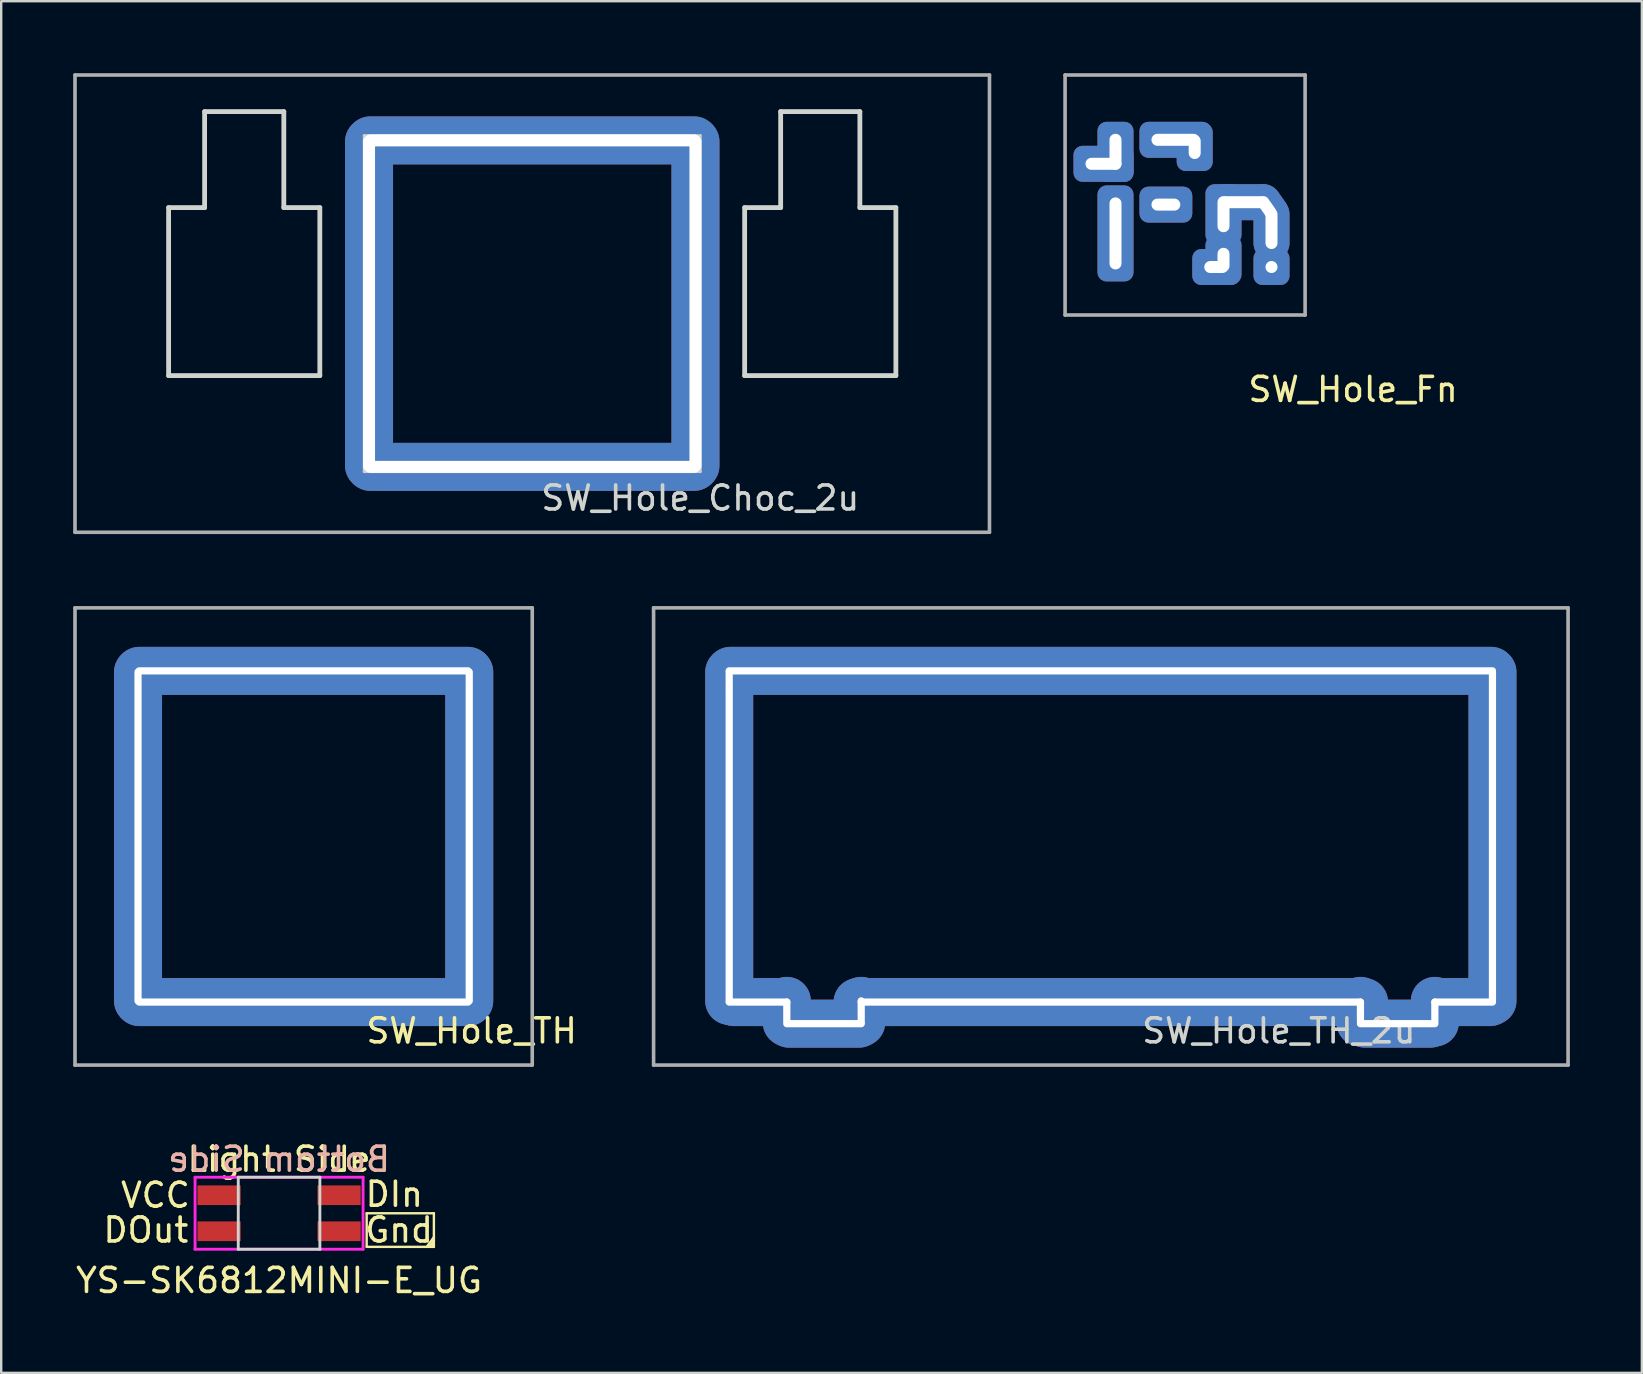
<source format=kicad_pcb>
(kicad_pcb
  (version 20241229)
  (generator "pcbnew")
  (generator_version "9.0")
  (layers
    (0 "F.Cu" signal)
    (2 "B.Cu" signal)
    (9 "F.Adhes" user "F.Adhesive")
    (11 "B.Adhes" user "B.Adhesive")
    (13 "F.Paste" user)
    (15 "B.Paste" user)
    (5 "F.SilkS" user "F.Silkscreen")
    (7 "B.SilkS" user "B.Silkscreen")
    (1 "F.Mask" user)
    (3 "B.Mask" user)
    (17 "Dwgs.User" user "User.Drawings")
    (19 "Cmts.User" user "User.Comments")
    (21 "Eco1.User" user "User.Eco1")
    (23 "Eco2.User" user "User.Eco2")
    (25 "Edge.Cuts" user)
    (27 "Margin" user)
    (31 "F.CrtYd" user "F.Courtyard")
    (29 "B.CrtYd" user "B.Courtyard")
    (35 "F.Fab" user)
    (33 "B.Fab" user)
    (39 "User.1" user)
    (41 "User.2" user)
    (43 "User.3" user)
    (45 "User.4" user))
  (footprint "SW_Hole_TH_2u"
    (layer "F.Cu")
    (at 43.231 31.8)
    (property "Reference" "SW_Hole_TH_2u" (at 7 8.1 0) (layer "Edge.Cuts") (effects (font (size 1 1) (thickness 0.15))))
    (attr through_hole)
    (fp_line (start -19.05 -9.525) (end -19.05 9.525) (stroke (width 0.15) (type solid)) (layer "F.Fab"))
    (fp_line (start -19.05 9.525) (end 19.05 9.525) (stroke (width 0.15) (type solid)) (layer "F.Fab"))
    (fp_line (start 19.05 -9.525) (end -19.05 -9.525) (stroke (width 0.15) (type solid)) (layer "F.Fab"))
    (fp_line (start 19.05 9.525) (end 19.05 -9.525) (stroke (width 0.15) (type solid)) (layer "F.Fab"))
    (pad "1" thru_hole oval (at -15.9 0 180) (size 2 15.7) (drill oval 0.3 14) (layers "*.Cu" "*.Mask"))
    (pad "1" thru_hole oval (at -14.7 6.9 90) (size 2 4) (drill oval 0.3 2.7) (layers "*.Cu" "*.Mask"))
    (pad "1" thru_hole oval (at -13.5 7.3 180) (size 2 2.9) (drill oval 0.3 1.1) (layers "*.Cu" "*.Mask"))
    (pad "1" thru_hole oval (at -11.95 7.8 90) (size 2 4.9) (drill oval 0.3 3.4) (layers "*.Cu" "*.Mask"))
    (pad "1" thru_hole oval (at -10.4 7.3 180) (size 2 2.9) (drill oval 0.3 1.2) (layers "*.Cu" "*.Mask"))
    (pad "1" thru_hole oval (at 0 -6.9 90) (size 2 33.7) (drill oval 0.3 32.1) (layers "*.Cu" "*.Mask"))
    (pad "1" thru_hole oval (at 0 6.9 90) (size 2 23.1) (drill oval 0.3 21.1) (layers "*.Cu" "*.Mask"))
    (pad "1" thru_hole oval (at 10.4 7.3 180) (size 2 2.9) (drill oval 0.3 1.1) (layers "*.Cu" "*.Mask"))
    (pad "1" thru_hole oval (at 11.95 7.8 90) (size 2 4.7) (drill oval 0.3 3.4) (layers "*.Cu" "*.Mask"))
    (pad "1" thru_hole oval (at 13.5 7.3 180) (size 2 2.9) (drill oval 0.3 1.1) (layers "*.Cu" "*.Mask"))
    (pad "1" thru_hole oval (at 14.7 6.9 90) (size 2 4.2) (drill oval 0.3 2.7) (layers "*.Cu" "*.Mask"))
    (pad "1" thru_hole oval (at 15.9 0 180) (size 2 15.7) (drill oval 0.3 14) (layers "*.Cu" "*.Mask")))
  (footprint "YS-SK6812MINI-E_UG"
    (layer "F.Cu")
    (at 8.577 47.498)
    (property "Reference" "YS-SK6812MINI-E_UG" (at 0 2.8 0) (layer "F.SilkS") (effects (font (size 1 1) (thickness 0.15))))
    (attr through_hole)
    (fp_line (start 3.65 0) (end 3.65 1.4) (stroke (width 0.1) (type solid)) (layer "F.SilkS"))
    (fp_line (start 3.65 1.4) (end 6.45 1.4) (stroke (width 0.1) (type solid)) (layer "F.SilkS"))
    (fp_line (start 6.25 1.4) (end 6.45 1.15) (stroke (width 0.1) (type solid)) (layer "F.SilkS"))
    (fp_line (start 6.4 1.4) (end 6.45 1) (stroke (width 0.1) (type solid)) (layer "F.SilkS"))
    (fp_line (start 6.45 0) (end 3.65 0) (stroke (width 0.1) (type solid)) (layer "F.SilkS"))
    (fp_line (start 6.45 1) (end 6.15 1.4) (stroke (width 0.1) (type solid)) (layer "F.SilkS"))
    (fp_line (start 6.45 1.15) (end 6.4 1.4) (stroke (width 0.1) (type solid)) (layer "F.SilkS"))
    (fp_line (start 6.45 1.4) (end 6.45 0) (stroke (width 0.1) (type solid)) (layer "F.SilkS"))
    (fp_line (start -1.7 -1.5) (end -1.7 1.5) (stroke (width 0.12) (type solid)) (layer "Edge.Cuts"))
    (fp_line (start -1.7 1.5) (end 1.7 1.5) (stroke (width 0.12) (type solid)) (layer "Edge.Cuts"))
    (fp_line (start 1.7 -1.5) (end -1.7 -1.5) (stroke (width 0.12) (type solid)) (layer "Edge.Cuts"))
    (fp_line (start 1.7 1.5) (end 1.7 -1.5) (stroke (width 0.12) (type solid)) (layer "Edge.Cuts"))
    (fp_line (start -3.5 -1.5) (end -3.5 1.5) (stroke (width 0.12) (type solid)) (layer "F.CrtYd"))
    (fp_line (start -3.5 1.5) (end 3.5 1.5) (stroke (width 0.12) (type solid)) (layer "F.CrtYd"))
    (fp_line (start 3.5 -1.5) (end -3.5 -1.5) (stroke (width 0.12) (type solid)) (layer "F.CrtYd"))
    (fp_line (start 3.5 1.5) (end 3.5 -1.5) (stroke (width 0.12) (type solid)) (layer "F.CrtYd"))
    (fp_text user "Light Side" (at 0 -2.25 0) (layer "F.SilkS") (effects (font (size 1 1) (thickness 0.15))))
    (fp_text user "DOut" (at -5.55 0.7 0) (layer "F.SilkS") (effects (font (size 1 1) (thickness 0.15))))
    (fp_text user "VCC" (at -5.15 -0.75 0) (layer "F.SilkS") (effects (font (size 1 1) (thickness 0.15))))
    (fp_text user "Gnd" (at 5 0.7 0) (layer "F.SilkS") (effects (font (size 1 1) (thickness 0.15))))
    (fp_text user "DIn" (at 4.8 -0.79 0) (layer "F.SilkS") (effects (font (size 1 1) (thickness 0.15))))
    (fp_text user "Bottom Side" (at 0 -2.25 0) (layer "B.SilkS") (effects (font (size 1 1) (thickness 0.15)) (justify mirror)))
    (pad "1" smd rect (at -2.5 0.75) (size 1.8 0.82) (layers "F.Cu" "F.Mask" "F.Paste"))
    (pad "2" smd rect (at 2.5 0.75) (size 1.8 0.82) (layers "F.Cu" "F.Mask" "F.Paste"))
    (pad "3" smd rect (at 2.5 -0.75) (size 1.8 0.82) (layers "F.Cu" "F.Mask" "F.Paste"))
    (pad "4" smd rect (at -2.5 -0.75) (size 1.8 0.82) (layers "F.Cu" "F.Mask" "F.Paste")))
  (footprint "SW_Hole_Choc_2u"
    (layer "F.Cu")
    (at 19.125 9.6)
    (property "Reference" "SW_Hole_Choc_2u" (at 7 8.1 0) (layer "Edge.Cuts") (effects (font (size 1 1) (thickness 0.15))))
    (attr through_hole)
    (fp_line (start -15.15 -4) (end -15.15 3) (stroke (width 0.2) (type solid)) (layer "Edge.Cuts"))
    (fp_line (start -13.65 -8) (end -13.65 -4) (stroke (width 0.2) (type solid)) (layer "Edge.Cuts"))
    (fp_line (start -13.65 -8) (end -10.35 -8) (stroke (width 0.2) (type solid)) (layer "Edge.Cuts"))
    (fp_line (start -13.65 -4) (end -15.15 -4) (stroke (width 0.2) (type solid)) (layer "Edge.Cuts"))
    (fp_line (start -10.35 -8) (end -10.35 -4) (stroke (width 0.2) (type solid)) (layer "Edge.Cuts"))
    (fp_line (start -10.35 -4) (end -8.85 -4) (stroke (width 0.2) (type solid)) (layer "Edge.Cuts"))
    (fp_line (start -8.85 -4) (end -8.85 3) (stroke (width 0.2) (type solid)) (layer "Edge.Cuts"))
    (fp_line (start -8.85 3) (end -15.15 3) (stroke (width 0.2) (type solid)) (layer "Edge.Cuts"))
    (fp_line (start -7 -7) (end 7 -7) (stroke (width 0.12) (type solid)) (layer "Edge.Cuts"))
    (fp_line (start -7 7) (end -7 -7) (stroke (width 0.12) (type solid)) (layer "Edge.Cuts"))
    (fp_line (start 7 -7) (end 7 7) (stroke (width 0.12) (type solid)) (layer "Edge.Cuts"))
    (fp_line (start 7 7) (end -7 7) (stroke (width 0.12) (type solid)) (layer "Edge.Cuts"))
    (fp_line (start 8.85 -4) (end 8.85 3) (stroke (width 0.2) (type solid)) (layer "Edge.Cuts"))
    (fp_line (start 10.35 -8) (end 10.35 -4) (stroke (width 0.2) (type solid)) (layer "Edge.Cuts"))
    (fp_line (start 10.35 -8) (end 13.65 -8) (stroke (width 0.2) (type solid)) (layer "Edge.Cuts"))
    (fp_line (start 10.35 -4) (end 8.85 -4) (stroke (width 0.2) (type solid)) (layer "Edge.Cuts"))
    (fp_line (start 13.65 -8) (end 13.65 -4) (stroke (width 0.2) (type solid)) (layer "Edge.Cuts"))
    (fp_line (start 13.65 -4) (end 15.15 -4) (stroke (width 0.2) (type solid)) (layer "Edge.Cuts"))
    (fp_line (start 15.15 -4) (end 15.15 3) (stroke (width 0.2) (type solid)) (layer "Edge.Cuts"))
    (fp_line (start 15.15 3) (end 8.85 3) (stroke (width 0.2) (type solid)) (layer "Edge.Cuts"))
    (fp_line (start -19.05 -9.525) (end -19.05 9.525) (stroke (width 0.15) (type solid)) (layer "F.Fab"))
    (fp_line (start -19.05 9.525) (end 19.05 9.525) (stroke (width 0.15) (type solid)) (layer "F.Fab"))
    (fp_line (start 19.05 -9.525) (end -19.05 -9.525) (stroke (width 0.15) (type solid)) (layer "F.Fab"))
    (fp_line (start 19.05 9.525) (end 19.05 -9.525) (stroke (width 0.15) (type solid)) (layer "F.Fab"))
    (pad "1" thru_hole oval (at -6.8 0) (size 2 15.5) (drill oval 0.5 14) (layers "*.Cu" "*.Mask"))
    (pad "1" thru_hole oval (at 0 -6.8 90) (size 2 15.5) (drill oval 0.5 14) (layers "*.Cu" "*.Mask"))
    (pad "1" thru_hole oval (at 0 6.8 90) (size 2 15.5) (drill oval 0.5 14) (layers "*.Cu" "*.Mask"))
    (pad "1" thru_hole oval (at 6.8 0) (size 2 15.5) (drill oval 0.5 14) (layers "*.Cu" "*.Mask")))
  (footprint "SW_Hole_TH"
    (layer "F.Cu")
    (at 9.6 31.8)
    (property "Reference" "SW_Hole_TH" (at 7 8.1 0) (layer "F.SilkS") (effects (font (size 1 1) (thickness 0.15))))
    (attr through_hole)
    (fp_line (start -9.525 -9.525) (end -9.525 9.525) (stroke (width 0.15) (type solid)) (layer "F.Fab"))
    (fp_line (start -9.525 9.525) (end 9.525 9.525) (stroke (width 0.15) (type solid)) (layer "F.Fab"))
    (fp_line (start 9.525 -9.525) (end -9.525 -9.525) (stroke (width 0.15) (type solid)) (layer "F.Fab"))
    (fp_line (start 9.525 9.525) (end 9.525 -9.525) (stroke (width 0.15) (type solid)) (layer "F.Fab"))
    (pad "1" thru_hole oval (at -6.9 0) (size 2 15.7) (drill oval 0.3 14) (layers "*.Cu" "*.Mask"))
    (pad "1" thru_hole oval (at 0 -6.9 90) (size 2 15.7) (drill oval 0.3 14) (layers "*.Cu" "*.Mask"))
    (pad "1" thru_hole oval (at 0 6.9 90) (size 2 15.7) (drill oval 0.3 14) (layers "*.Cu" "*.Mask"))
    (pad "1" thru_hole oval (at 6.9 0) (size 2 15.7) (drill oval 0.3 14) (layers "*.Cu" "*.Mask")))
  (footprint "SW_Hole_Fn"
    (layer "F.Cu")
    (at 46.325 5.075)
    (property "Reference" "SW_Hole_Fn" (at 7 8.1 0) (layer "F.SilkS") (effects (font (size 1 1) (thickness 0.15))))
    (attr through_hole)
    (fp_line (start -5 -5) (end -5 5) (stroke (width 0.15) (type solid)) (layer "F.Fab"))
    (fp_line (start -5 5) (end 5 5) (stroke (width 0.15) (type solid)) (layer "F.Fab"))
    (fp_line (start 5 -5) (end -5 -5) (stroke (width 0.15) (type solid)) (layer "F.Fab"))
    (fp_line (start 5 5) (end 5 -5) (stroke (width 0.15) (type solid)) (layer "F.Fab"))
    (pad "1" thru_hole roundrect (at -3.4 -1.3) (size 2.5 1.5) (drill oval 1.5 0.5) (layers "*.Cu" "*.Mask") (roundrect_rratio 0.25))
    (pad "1" thru_hole roundrect (at -2.9 -1.8) (size 1.5 2.5) (drill oval 0.5 1.5) (layers "*.Cu" "*.Mask") (roundrect_rratio 0.25))
    (pad "1" thru_hole roundrect (at -2.9 1.6) (size 1.5 4) (drill oval 0.5 3) (layers "*.Cu" "*.Mask") (roundrect_rratio 0.25))
    (pad "1" thru_hole roundrect (at -0.8 0.4) (size 2.2 1.5) (drill oval 1.2 0.5) (layers "*.Cu" "*.Mask") (roundrect_rratio 0.25))
    (pad "1" thru_hole roundrect (at -0.4 -2.3) (size 3 1.5) (drill oval 2 0.5) (layers "*.Cu" "*.Mask") (roundrect_rratio 0.25))
    (pad "1" thru_hole roundrect (at 0.4 -2) (size 1.5 2) (drill oval 0.5 1) (layers "*.Cu" "*.Mask") (roundrect_rratio 0.25))
    (pad "1" thru_hole roundrect (at 1.3 3) (size 2 1.5) (drill oval 1 0.5) (layers "*.Cu" "*.Mask") (roundrect_rratio 0.25))
    (pad "1" thru_hole roundrect (at 1.6 0.8) (size 1.5 2.5) (drill oval 0.5 1.5) (layers "*.Cu" "*.Mask") (roundrect_rratio 0.25))
    (pad "1" thru_hole roundrect (at 1.6 2.7) (size 1.5 2) (drill oval 0.5 1) (layers "*.Cu" "*.Mask") (roundrect_rratio 0.25))
    (pad "1" thru_hole oval (at 2.4 0.3) (size 3 1.5) (drill oval 2 0.5) (layers "*.Cu" "*.Mask"))
    (pad "1" thru_hole oval (at 3.4 0.5 35) (size 1.5 2) (drill oval 0.5 1) (layers "*.Cu" "*.Mask"))
    (pad "1" thru_hole oval (at 3.6 1.4) (size 1.5 2.7) (drill oval 0.5 1.7) (layers "*.Cu" "*.Mask"))
    (pad "1" thru_hole roundrect (at 3.6 3) (size 1.5 1.5) (drill oval 0.5) (layers "*.Cu" "*.Mask") (roundrect_rratio 0.25)))
  (gr_rect
    (start -3 -3)
    (end 65.356 54.147)
    (stroke (width 0.1) (type default))
    (fill no)
    (layer "Edge.Cuts")))
</source>
